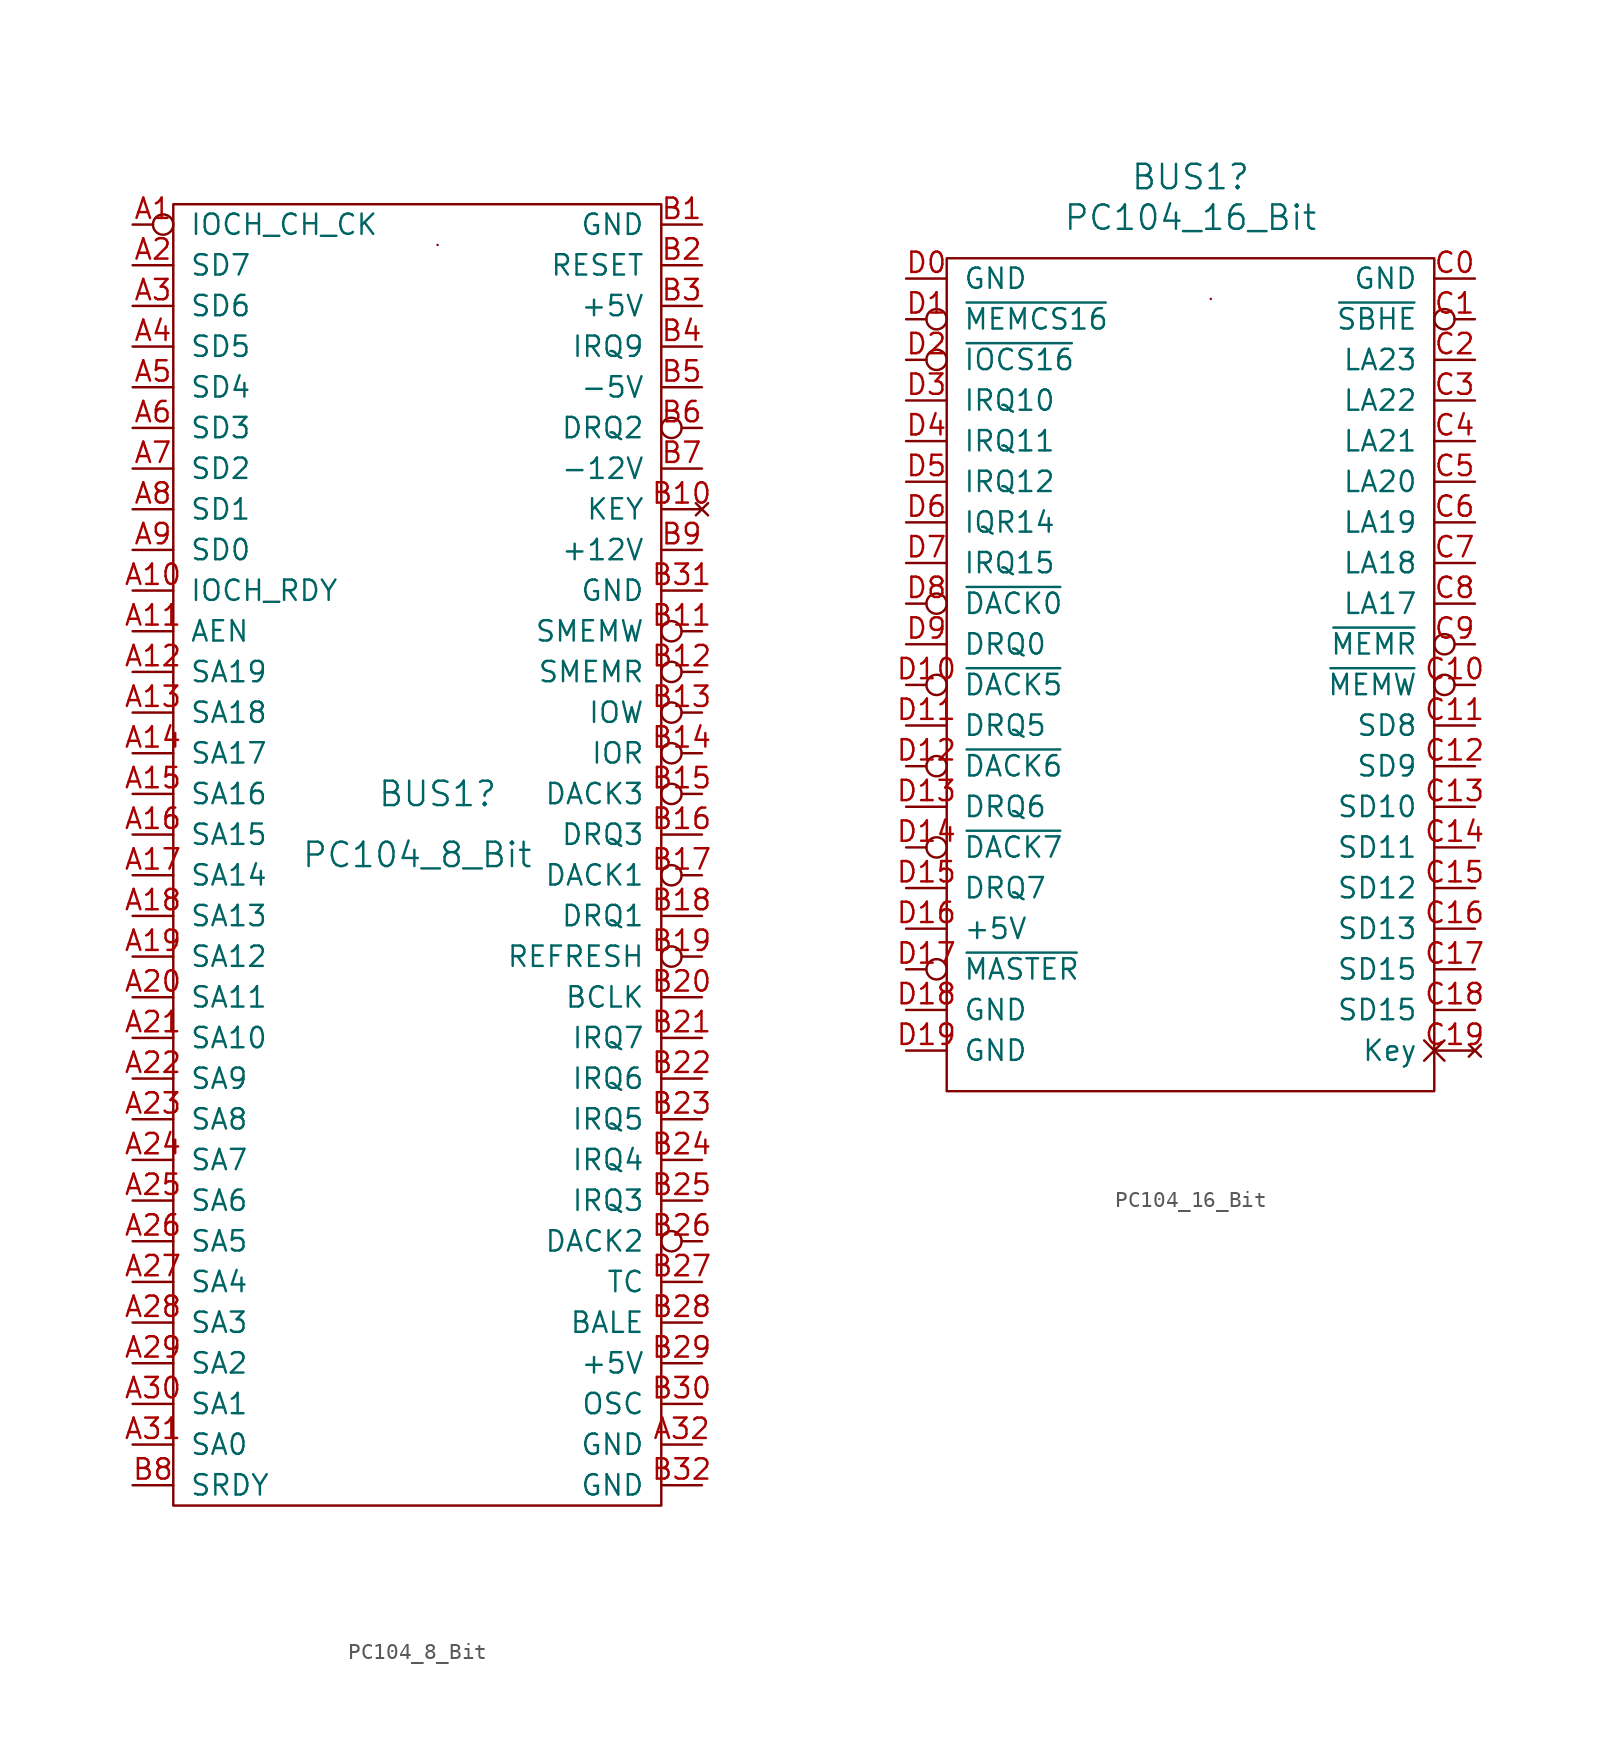
<source format=kicad_sym>
(kicad_symbol_lib
  (version 20211014)
  (generator kicad_symbol_editor)
  (symbol "PC104_8_Bit"
    (pin_names
      (offset 1.016))
    (property "Reference" "BUS1"
      (at 1.27 -40.64 0)
      (effects (font (size 1.524 1.524))))
    (property "Value" "PC104_8_Bit"
      (at 0 -44.45 0)
      (effects (font (size 1.524 1.524))))
    (symbol "PC104_8_Bit_0_1"
      (rectangle (start -15.24 -85.09) (end 15.24 -3.81) (stroke (width 0) (type default) (color 0 0 0 0)) (fill (type none)))
      (rectangle (start 1.27 -6.35) (end 1.27 -6.35) (stroke (width 0) (type default) (color 0 0 0 0)) (fill (type none))))
    (symbol "PC104_8_Bit_1_1"
      (pin output inverted (at -17.78 -5.08 0) (length 2.54) (name "IOCH_CH_CK" (effects (font (size 1.27 1.27)))) (number "A1" (effects (font (size 1.27 1.27)))))
      (pin output line (at -17.78 -27.94 0) (length 2.54) (name "IOCH_RDY" (effects (font (size 1.27 1.27)))) (number "A10" (effects (font (size 1.27 1.27)))))
      (pin input line (at -17.78 -30.48 0) (length 2.54) (name "AEN" (effects (font (size 1.27 1.27)))) (number "A11" (effects (font (size 1.27 1.27)))))
      (pin input line (at -17.78 -33.02 0) (length 2.54) (name "SA19" (effects (font (size 1.27 1.27)))) (number "A12" (effects (font (size 1.27 1.27)))))
      (pin input line (at -17.78 -35.56 0) (length 2.54) (name "SA18" (effects (font (size 1.27 1.27)))) (number "A13" (effects (font (size 1.27 1.27)))))
      (pin input line (at -17.78 -38.1 0) (length 2.54) (name "SA17" (effects (font (size 1.27 1.27)))) (number "A14" (effects (font (size 1.27 1.27)))))
      (pin input line (at -17.78 -40.64 0) (length 2.54) (name "SA16" (effects (font (size 1.27 1.27)))) (number "A15" (effects (font (size 1.27 1.27)))))
      (pin input line (at -17.78 -43.18 0) (length 2.54) (name "SA15" (effects (font (size 1.27 1.27)))) (number "A16" (effects (font (size 1.27 1.27)))))
      (pin input line (at -17.78 -45.72 0) (length 2.54) (name "SA14" (effects (font (size 1.27 1.27)))) (number "A17" (effects (font (size 1.27 1.27)))))
      (pin input line (at -17.78 -48.26 0) (length 2.54) (name "SA13" (effects (font (size 1.27 1.27)))) (number "A18" (effects (font (size 1.27 1.27)))))
      (pin input line (at -17.78 -50.8 0) (length 2.54) (name "SA12" (effects (font (size 1.27 1.27)))) (number "A19" (effects (font (size 1.27 1.27)))))
      (pin bidirectional line (at -17.78 -7.62 0) (length 2.54) (name "SD7" (effects (font (size 1.27 1.27)))) (number "A2" (effects (font (size 1.27 1.27)))))
      (pin input line (at -17.78 -53.34 0) (length 2.54) (name "SA11" (effects (font (size 1.27 1.27)))) (number "A20" (effects (font (size 1.27 1.27)))))
      (pin input line (at -17.78 -55.88 0) (length 2.54) (name "SA10" (effects (font (size 1.27 1.27)))) (number "A21" (effects (font (size 1.27 1.27)))))
      (pin input line (at -17.78 -58.42 0) (length 2.54) (name "SA9" (effects (font (size 1.27 1.27)))) (number "A22" (effects (font (size 1.27 1.27)))))
      (pin input line (at -17.78 -60.96 0) (length 2.54) (name "SA8" (effects (font (size 1.27 1.27)))) (number "A23" (effects (font (size 1.27 1.27)))))
      (pin input line (at -17.78 -63.5 0) (length 2.54) (name "SA7" (effects (font (size 1.27 1.27)))) (number "A24" (effects (font (size 1.27 1.27)))))
      (pin input line (at -17.78 -66.04 0) (length 2.54) (name "SA6" (effects (font (size 1.27 1.27)))) (number "A25" (effects (font (size 1.27 1.27)))))
      (pin input line (at -17.78 -68.58 0) (length 2.54) (name "SA5" (effects (font (size 1.27 1.27)))) (number "A26" (effects (font (size 1.27 1.27)))))
      (pin input line (at -17.78 -71.12 0) (length 2.54) (name "SA4" (effects (font (size 1.27 1.27)))) (number "A27" (effects (font (size 1.27 1.27)))))
      (pin input line (at -17.78 -73.66 0) (length 2.54) (name "SA3" (effects (font (size 1.27 1.27)))) (number "A28" (effects (font (size 1.27 1.27)))))
      (pin input line (at -17.78 -76.2 0) (length 2.54) (name "SA2" (effects (font (size 1.27 1.27)))) (number "A29" (effects (font (size 1.27 1.27)))))
      (pin bidirectional line (at -17.78 -10.16 0) (length 2.54) (name "SD6" (effects (font (size 1.27 1.27)))) (number "A3" (effects (font (size 1.27 1.27)))))
      (pin input line (at -17.78 -78.74 0) (length 2.54) (name "SA1" (effects (font (size 1.27 1.27)))) (number "A30" (effects (font (size 1.27 1.27)))))
      (pin input line (at -17.78 -81.28 0) (length 2.54) (name "SA0" (effects (font (size 1.27 1.27)))) (number "A31" (effects (font (size 1.27 1.27)))))
      (pin power_in line (at 17.78 -81.28 180) (length 2.54) (name "GND" (effects (font (size 1.27 1.27)))) (number "A32" (effects (font (size 1.27 1.27)))))
      (pin bidirectional line (at -17.78 -12.7 0) (length 2.54) (name "SD5" (effects (font (size 1.27 1.27)))) (number "A4" (effects (font (size 1.27 1.27)))))
      (pin bidirectional line (at -17.78 -15.24 0) (length 2.54) (name "SD4" (effects (font (size 1.27 1.27)))) (number "A5" (effects (font (size 1.27 1.27)))))
      (pin bidirectional line (at -17.78 -17.78 0) (length 2.54) (name "SD3" (effects (font (size 1.27 1.27)))) (number "A6" (effects (font (size 1.27 1.27)))))
      (pin bidirectional line (at -17.78 -20.32 0) (length 2.54) (name "SD2" (effects (font (size 1.27 1.27)))) (number "A7" (effects (font (size 1.27 1.27)))))
      (pin bidirectional line (at -17.78 -22.86 0) (length 2.54) (name "SD1" (effects (font (size 1.27 1.27)))) (number "A8" (effects (font (size 1.27 1.27)))))
      (pin bidirectional line (at -17.78 -25.4 0) (length 2.54) (name "SD0" (effects (font (size 1.27 1.27)))) (number "A9" (effects (font (size 1.27 1.27)))))
      (pin power_in line (at 17.78 -5.08 180) (length 2.54) (name "GND" (effects (font (size 1.27 1.27)))) (number "B1" (effects (font (size 1.27 1.27)))))
      (pin no_connect line (at 17.78 -22.86 180) (length 2.54) (name "KEY" (effects (font (size 1.27 1.27)))) (number "B10" (effects (font (size 1.27 1.27)))))
      (pin input inverted (at 17.78 -30.48 180) (length 2.54) (name "SMEMW" (effects (font (size 1.27 1.27)))) (number "B11" (effects (font (size 1.27 1.27)))))
      (pin input inverted (at 17.78 -33.02 180) (length 2.54) (name "SMEMR" (effects (font (size 1.27 1.27)))) (number "B12" (effects (font (size 1.27 1.27)))))
      (pin input inverted (at 17.78 -35.56 180) (length 2.54) (name "IOW" (effects (font (size 1.27 1.27)))) (number "B13" (effects (font (size 1.27 1.27)))))
      (pin input inverted (at 17.78 -38.1 180) (length 2.54) (name "IOR" (effects (font (size 1.27 1.27)))) (number "B14" (effects (font (size 1.27 1.27)))))
      (pin input inverted (at 17.78 -40.64 180) (length 2.54) (name "DACK3" (effects (font (size 1.27 1.27)))) (number "B15" (effects (font (size 1.27 1.27)))))
      (pin output line (at 17.78 -43.18 180) (length 2.54) (name "DRQ3" (effects (font (size 1.27 1.27)))) (number "B16" (effects (font (size 1.27 1.27)))))
      (pin input inverted (at 17.78 -45.72 180) (length 2.54) (name "DACK1" (effects (font (size 1.27 1.27)))) (number "B17" (effects (font (size 1.27 1.27)))))
      (pin output line (at 17.78 -48.26 180) (length 2.54) (name "DRQ1" (effects (font (size 1.27 1.27)))) (number "B18" (effects (font (size 1.27 1.27)))))
      (pin bidirectional inverted (at 17.78 -50.8 180) (length 2.54) (name "REFRESH" (effects (font (size 1.27 1.27)))) (number "B19" (effects (font (size 1.27 1.27)))))
      (pin input line (at 17.78 -7.62 180) (length 2.54) (name "RESET" (effects (font (size 1.27 1.27)))) (number "B2" (effects (font (size 1.27 1.27)))))
      (pin input line (at 17.78 -53.34 180) (length 2.54) (name "BCLK" (effects (font (size 1.27 1.27)))) (number "B20" (effects (font (size 1.27 1.27)))))
      (pin output line (at 17.78 -55.88 180) (length 2.54) (name "IRQ7" (effects (font (size 1.27 1.27)))) (number "B21" (effects (font (size 1.27 1.27)))))
      (pin output line (at 17.78 -58.42 180) (length 2.54) (name "IRQ6" (effects (font (size 1.27 1.27)))) (number "B22" (effects (font (size 1.27 1.27)))))
      (pin output line (at 17.78 -60.96 180) (length 2.54) (name "IRQ5" (effects (font (size 1.27 1.27)))) (number "B23" (effects (font (size 1.27 1.27)))))
      (pin output line (at 17.78 -63.5 180) (length 2.54) (name "IRQ4" (effects (font (size 1.27 1.27)))) (number "B24" (effects (font (size 1.27 1.27)))))
      (pin output line (at 17.78 -66.04 180) (length 2.54) (name "IRQ3" (effects (font (size 1.27 1.27)))) (number "B25" (effects (font (size 1.27 1.27)))))
      (pin input inverted (at 17.78 -68.58 180) (length 2.54) (name "DACK2" (effects (font (size 1.27 1.27)))) (number "B26" (effects (font (size 1.27 1.27)))))
      (pin input line (at 17.78 -71.12 180) (length 2.54) (name "TC" (effects (font (size 1.27 1.27)))) (number "B27" (effects (font (size 1.27 1.27)))))
      (pin input line (at 17.78 -73.66 180) (length 2.54) (name "BALE" (effects (font (size 1.27 1.27)))) (number "B28" (effects (font (size 1.27 1.27)))))
      (pin power_in line (at 17.78 -76.2 180) (length 2.54) (name "+5V" (effects (font (size 1.27 1.27)))) (number "B29" (effects (font (size 1.27 1.27)))))
      (pin power_in line (at 17.78 -10.16 180) (length 2.54) (name "+5V" (effects (font (size 1.27 1.27)))) (number "B3" (effects (font (size 1.27 1.27)))))
      (pin input line (at 17.78 -78.74 180) (length 2.54) (name "OSC" (effects (font (size 1.27 1.27)))) (number "B30" (effects (font (size 1.27 1.27)))))
      (pin power_in line (at 17.78 -27.94 180) (length 2.54) (name "GND" (effects (font (size 1.27 1.27)))) (number "B31" (effects (font (size 1.27 1.27)))))
      (pin power_in line (at 17.78 -83.82 180) (length 2.54) (name "GND" (effects (font (size 1.27 1.27)))) (number "B32" (effects (font (size 1.27 1.27)))))
      (pin output line (at 17.78 -12.7 180) (length 2.54) (name "IRQ9" (effects (font (size 1.27 1.27)))) (number "B4" (effects (font (size 1.27 1.27)))))
      (pin power_in line (at 17.78 -15.24 180) (length 2.54) (name "-5V" (effects (font (size 1.27 1.27)))) (number "B5" (effects (font (size 1.27 1.27)))))
      (pin output inverted (at 17.78 -17.78 180) (length 2.54) (name "DRQ2" (effects (font (size 1.27 1.27)))) (number "B6" (effects (font (size 1.27 1.27)))))
      (pin power_in line (at 17.78 -20.32 180) (length 2.54) (name "-12V" (effects (font (size 1.27 1.27)))) (number "B7" (effects (font (size 1.27 1.27)))))
      (pin output line (at -17.78 -83.82 0) (length 2.54) (name "SRDY" (effects (font (size 1.27 1.27)))) (number "B8" (effects (font (size 1.27 1.27)))))
      (pin power_in line (at 17.78 -25.4 180) (length 2.54) (name "+12V" (effects (font (size 1.27 1.27)))) (number "B9" (effects (font (size 1.27 1.27)))))))
  (symbol "PC104_16_Bit"
    (pin_names
      (offset 1.016))
    (property "Reference" "BUS1"
      (at 0 1.27 0)
      (effects (font (size 1.524 1.524))))
    (property "Value" "PC104_16_Bit"
      (at 0 -1.27 0)
      (effects (font (size 1.524 1.524))))
    (symbol "PC104_16_Bit_0_1"
      (rectangle (start -15.24 -3.81) (end 15.24 -55.88) (stroke (width 0) (type default) (color 0 0 0 0)) (fill (type none)))
      (rectangle (start 1.27 -6.35) (end 1.27 -6.35) (stroke (width 0) (type default) (color 0 0 0 0)) (fill (type none))))
    (symbol "PC104_16_Bit_1_1"
      (pin power_in line (at 17.78 -5.08 180) (length 2.54) (name "GND" (effects (font (size 1.27 1.27)))) (number "C0" (effects (font (size 1.27 1.27)))))
      (pin bidirectional inverted (at 17.78 -7.62 180) (length 2.54) (name "~{SBHE}" (effects (font (size 1.27 1.27)))) (number "C1" (effects (font (size 1.27 1.27)))))
      (pin bidirectional inverted (at 17.78 -30.48 180) (length 2.54) (name "~{MEMW}" (effects (font (size 1.27 1.27)))) (number "C10" (effects (font (size 1.27 1.27)))))
      (pin bidirectional line (at 17.78 -33.02 180) (length 2.54) (name "SD8" (effects (font (size 1.27 1.27)))) (number "C11" (effects (font (size 1.27 1.27)))))
      (pin bidirectional line (at 17.78 -35.56 180) (length 2.54) (name "SD9" (effects (font (size 1.27 1.27)))) (number "C12" (effects (font (size 1.27 1.27)))))
      (pin bidirectional line (at 17.78 -38.1 180) (length 2.54) (name "SD10" (effects (font (size 1.27 1.27)))) (number "C13" (effects (font (size 1.27 1.27)))))
      (pin bidirectional line (at 17.78 -40.64 180) (length 2.54) (name "SD11" (effects (font (size 1.27 1.27)))) (number "C14" (effects (font (size 1.27 1.27)))))
      (pin bidirectional line (at 17.78 -43.18 180) (length 2.54) (name "SD12" (effects (font (size 1.27 1.27)))) (number "C15" (effects (font (size 1.27 1.27)))))
      (pin bidirectional line (at 17.78 -45.72 180) (length 2.54) (name "SD13" (effects (font (size 1.27 1.27)))) (number "C16" (effects (font (size 1.27 1.27)))))
      (pin bidirectional line (at 17.78 -48.26 180) (length 2.54) (name "SD15" (effects (font (size 1.27 1.27)))) (number "C17" (effects (font (size 1.27 1.27)))))
      (pin bidirectional line (at 17.78 -50.8 180) (length 2.54) (name "SD15" (effects (font (size 1.27 1.27)))) (number "C18" (effects (font (size 1.27 1.27)))))
      (pin no_connect non_logic (at 17.78 -53.34 180) (length 2.54) (name "Key" (effects (font (size 1.27 1.27)))) (number "C19" (effects (font (size 1.27 1.27)))))
      (pin bidirectional line (at 17.78 -10.16 180) (length 2.54) (name "LA23" (effects (font (size 1.27 1.27)))) (number "C2" (effects (font (size 1.27 1.27)))))
      (pin bidirectional line (at 17.78 -12.7 180) (length 2.54) (name "LA22" (effects (font (size 1.27 1.27)))) (number "C3" (effects (font (size 1.27 1.27)))))
      (pin bidirectional line (at 17.78 -15.24 180) (length 2.54) (name "LA21" (effects (font (size 1.27 1.27)))) (number "C4" (effects (font (size 1.27 1.27)))))
      (pin bidirectional line (at 17.78 -17.78 180) (length 2.54) (name "LA20" (effects (font (size 1.27 1.27)))) (number "C5" (effects (font (size 1.27 1.27)))))
      (pin bidirectional line (at 17.78 -20.32 180) (length 2.54) (name "LA19" (effects (font (size 1.27 1.27)))) (number "C6" (effects (font (size 1.27 1.27)))))
      (pin bidirectional line (at 17.78 -22.86 180) (length 2.54) (name "LA18" (effects (font (size 1.27 1.27)))) (number "C7" (effects (font (size 1.27 1.27)))))
      (pin bidirectional line (at 17.78 -25.4 180) (length 2.54) (name "LA17" (effects (font (size 1.27 1.27)))) (number "C8" (effects (font (size 1.27 1.27)))))
      (pin bidirectional inverted (at 17.78 -27.94 180) (length 2.54) (name "~{MEMR}" (effects (font (size 1.27 1.27)))) (number "C9" (effects (font (size 1.27 1.27)))))
      (pin power_in line (at -17.78 -5.08 0) (length 2.54) (name "GND" (effects (font (size 1.27 1.27)))) (number "D0" (effects (font (size 1.27 1.27)))))
      (pin bidirectional inverted (at -17.78 -7.62 0) (length 2.54) (name "~{MEMCS16}" (effects (font (size 1.27 1.27)))) (number "D1" (effects (font (size 1.27 1.27)))))
      (pin bidirectional inverted (at -17.78 -30.48 0) (length 2.54) (name "~{DACK5}" (effects (font (size 1.27 1.27)))) (number "D10" (effects (font (size 1.27 1.27)))))
      (pin bidirectional line (at -17.78 -33.02 0) (length 2.54) (name "DRQ5" (effects (font (size 1.27 1.27)))) (number "D11" (effects (font (size 1.27 1.27)))))
      (pin bidirectional inverted (at -17.78 -35.56 0) (length 2.54) (name "~{DACK6}" (effects (font (size 1.27 1.27)))) (number "D12" (effects (font (size 1.27 1.27)))))
      (pin bidirectional line (at -17.78 -38.1 0) (length 2.54) (name "DRQ6" (effects (font (size 1.27 1.27)))) (number "D13" (effects (font (size 1.27 1.27)))))
      (pin bidirectional inverted (at -17.78 -40.64 0) (length 2.54) (name "~{DACK7}" (effects (font (size 1.27 1.27)))) (number "D14" (effects (font (size 1.27 1.27)))))
      (pin bidirectional line (at -17.78 -43.18 0) (length 2.54) (name "DRQ7" (effects (font (size 1.27 1.27)))) (number "D15" (effects (font (size 1.27 1.27)))))
      (pin power_in line (at -17.78 -45.72 0) (length 2.54) (name "+5V" (effects (font (size 1.27 1.27)))) (number "D16" (effects (font (size 1.27 1.27)))))
      (pin bidirectional inverted (at -17.78 -48.26 0) (length 2.54) (name "~{MASTER}" (effects (font (size 1.27 1.27)))) (number "D17" (effects (font (size 1.27 1.27)))))
      (pin power_in line (at -17.78 -50.8 0) (length 2.54) (name "GND" (effects (font (size 1.27 1.27)))) (number "D18" (effects (font (size 1.27 1.27)))))
      (pin power_in line (at -17.78 -53.34 0) (length 2.54) (name "GND" (effects (font (size 1.27 1.27)))) (number "D19" (effects (font (size 1.27 1.27)))))
      (pin bidirectional inverted (at -17.78 -10.16 0) (length 2.54) (name "~{IOCS16}" (effects (font (size 1.27 1.27)))) (number "D2" (effects (font (size 1.27 1.27)))))
      (pin bidirectional line (at -17.78 -12.7 0) (length 2.54) (name "IRQ10" (effects (font (size 1.27 1.27)))) (number "D3" (effects (font (size 1.27 1.27)))))
      (pin bidirectional line (at -17.78 -15.24 0) (length 2.54) (name "IRQ11" (effects (font (size 1.27 1.27)))) (number "D4" (effects (font (size 1.27 1.27)))))
      (pin bidirectional line (at -17.78 -17.78 0) (length 2.54) (name "IRQ12" (effects (font (size 1.27 1.27)))) (number "D5" (effects (font (size 1.27 1.27)))))
      (pin bidirectional line (at -17.78 -20.32 0) (length 2.54) (name "IQR14" (effects (font (size 1.27 1.27)))) (number "D6" (effects (font (size 1.27 1.27)))))
      (pin bidirectional line (at -17.78 -22.86 0) (length 2.54) (name "IRQ15" (effects (font (size 1.27 1.27)))) (number "D7" (effects (font (size 1.27 1.27)))))
      (pin bidirectional inverted (at -17.78 -25.4 0) (length 2.54) (name "~{DACK0}" (effects (font (size 1.27 1.27)))) (number "D8" (effects (font (size 1.27 1.27)))))
      (pin bidirectional line (at -17.78 -27.94 0) (length 2.54) (name "DRQ0" (effects (font (size 1.27 1.27)))) (number "D9" (effects (font (size 1.27 1.27))))))))
</source>
